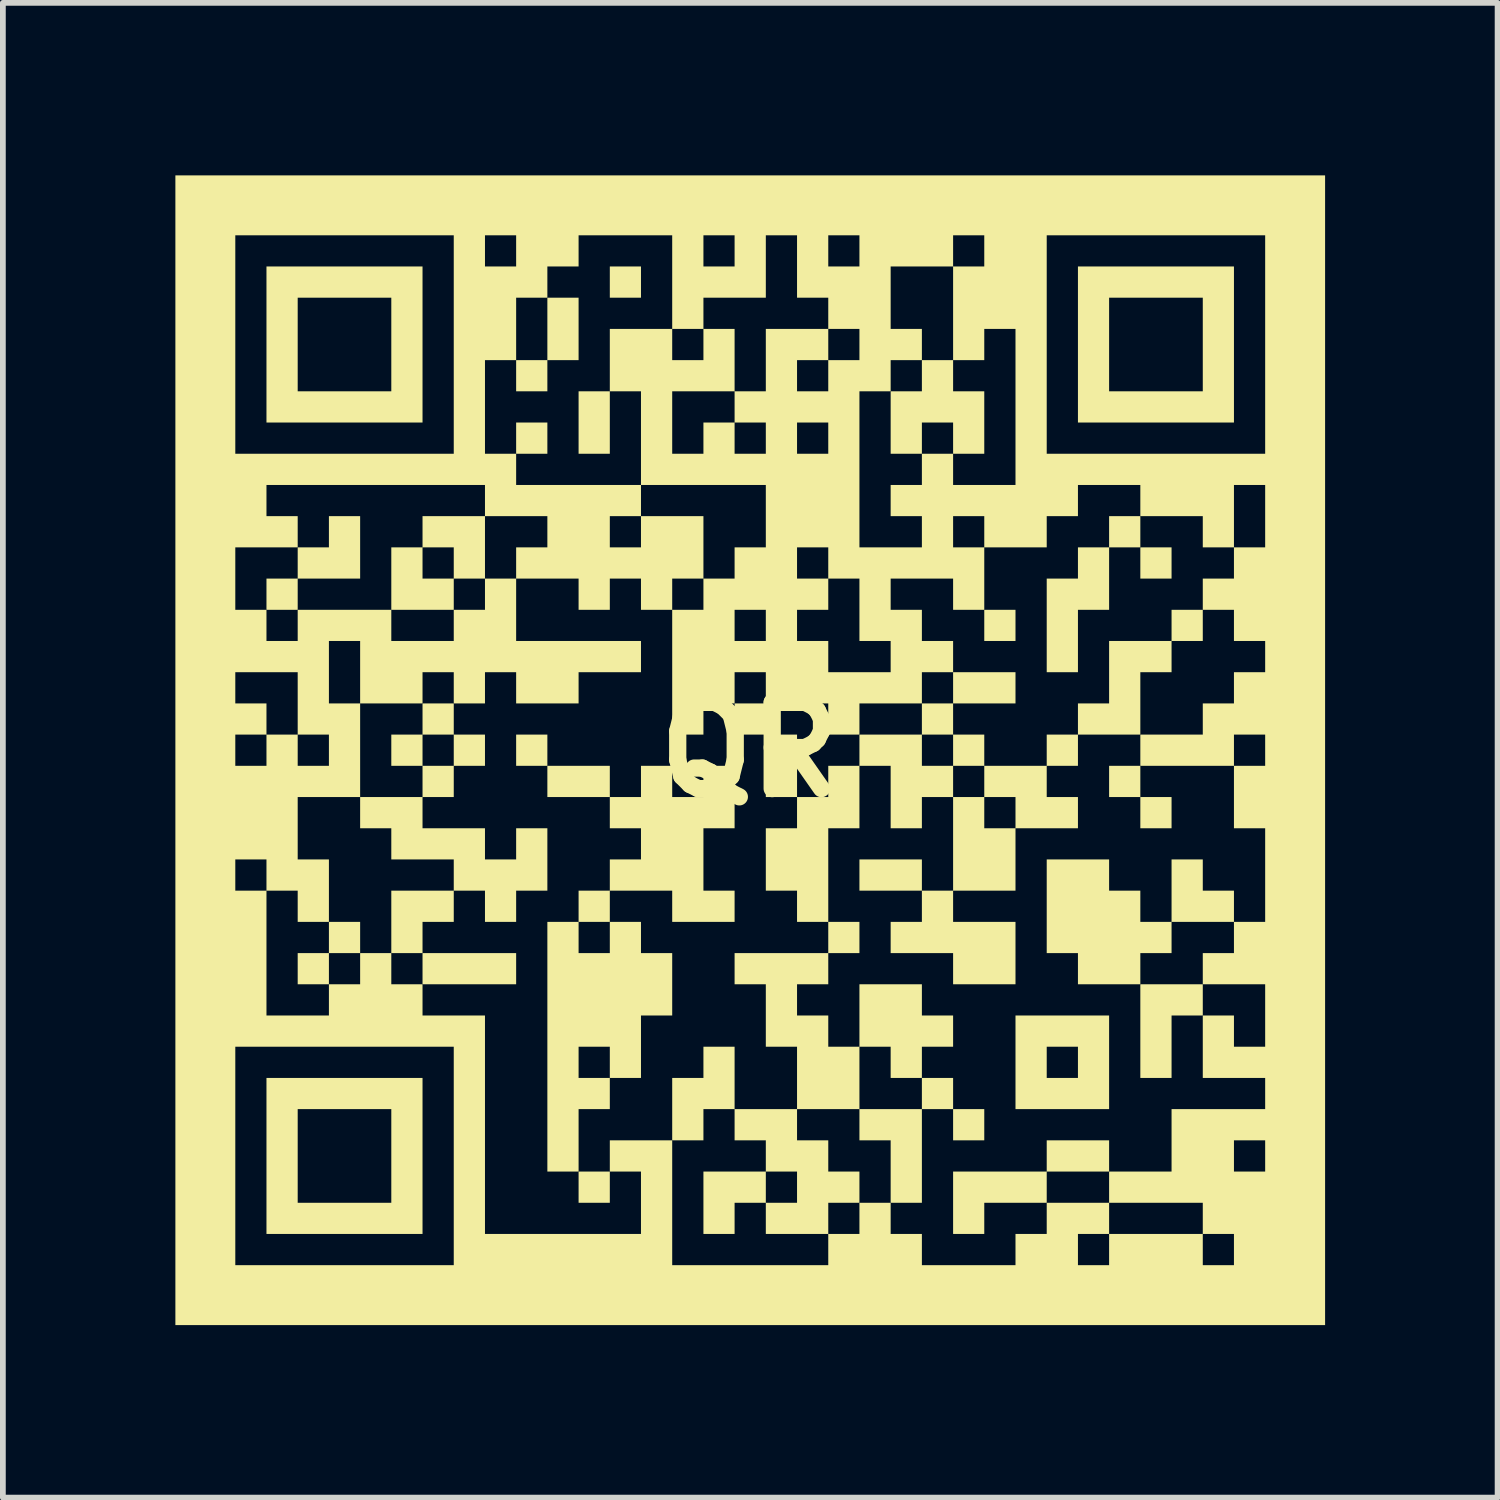
<source format=kicad_pcb>
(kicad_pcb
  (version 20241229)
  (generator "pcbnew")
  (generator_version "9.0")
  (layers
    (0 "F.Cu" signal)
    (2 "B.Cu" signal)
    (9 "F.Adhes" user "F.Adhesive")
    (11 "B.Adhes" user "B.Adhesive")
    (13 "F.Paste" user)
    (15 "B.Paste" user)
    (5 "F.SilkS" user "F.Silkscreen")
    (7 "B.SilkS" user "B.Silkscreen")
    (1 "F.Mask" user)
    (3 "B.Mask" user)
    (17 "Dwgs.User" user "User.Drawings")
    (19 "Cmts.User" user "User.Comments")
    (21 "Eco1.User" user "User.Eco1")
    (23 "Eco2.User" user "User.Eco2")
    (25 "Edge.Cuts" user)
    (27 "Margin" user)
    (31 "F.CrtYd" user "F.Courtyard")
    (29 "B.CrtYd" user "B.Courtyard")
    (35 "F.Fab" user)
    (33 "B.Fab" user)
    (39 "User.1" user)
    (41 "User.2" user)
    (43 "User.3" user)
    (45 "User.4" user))
  (footprint "QR"
    (layer "F.Cu")
    (at 9.986 9.986)
    (property "Reference" "QR" (at 0 0 0) (layer "F.SilkS") (effects (font (size 1.5 1.5) (thickness 0.3))))
    (attr board_only exclude_from_pos_files exclude_from_bom)
    (fp_poly (pts (xy -4.06 3.81) (xy -4.06 4.081) (xy -4.874 4.081) (xy -5.688 4.081) (xy -5.688 3.81) (xy -5.688 3.539) (xy -4.874 3.539) (xy -4.06 3.539)) (stroke (width 0) (type solid)) (fill yes) (layer "F.SilkS"))
    (fp_poly (pts (xy -3.517 -5.416) (xy -3.517 -5.145) (xy -3.788 -5.145) (xy -4.06 -5.145) (xy -4.06 -5.416) (xy -4.06 -5.688) (xy -3.788 -5.688) (xy -3.517 -5.688)) (stroke (width 0) (type solid)) (fill yes) (layer "F.SilkS"))
    (fp_poly (pts (xy -3.517 0.011) (xy -3.517 0.282) (xy -3.788 0.282) (xy -4.06 0.282) (xy -4.06 0.011) (xy -4.06 -0.261) (xy -3.788 -0.261) (xy -3.517 -0.261)) (stroke (width 0) (type solid)) (fill yes) (layer "F.SilkS"))
    (fp_poly (pts (xy -2.431 -5.688) (xy -2.431 -5.145) (xy -2.703 -5.145) (xy -2.974 -5.145) (xy -2.974 -5.688) (xy -2.974 -6.231) (xy -2.703 -6.231) (xy -2.431 -6.231)) (stroke (width 0) (type solid)) (fill yes) (layer "F.SilkS"))
    (fp_poly (pts (xy -2.431 7.609) (xy -2.431 7.881) (xy -2.703 7.881) (xy -2.974 7.881) (xy -2.974 7.609) (xy -2.974 7.338) (xy -2.703 7.338) (xy -2.431 7.338)) (stroke (width 0) (type solid)) (fill yes) (layer "F.SilkS"))
    (fp_poly (pts (xy -1.889 -8.13) (xy -1.889 -7.859) (xy -2.16 -7.859) (xy -2.431 -7.859) (xy -2.431 -8.13) (xy -2.431 -8.402) (xy -2.16 -8.402) (xy -1.889 -8.402)) (stroke (width 0) (type solid)) (fill yes) (layer "F.SilkS"))
    (fp_poly (pts (xy 0.282 -0.532) (xy 0.282 -0.261) (xy 0.011 -0.261) (xy -0.261 -0.261) (xy -0.261 -0.532) (xy -0.261 -0.803) (xy 0.011 -0.803) (xy 0.282 -0.803)) (stroke (width 0) (type solid)) (fill yes) (layer "F.SilkS"))
    (fp_poly (pts (xy 4.081 6.524) (xy 4.081 6.795) (xy 3.81 6.795) (xy 3.539 6.795) (xy 3.539 6.524) (xy 3.539 6.252) (xy 3.81 6.252) (xy 4.081 6.252)) (stroke (width 0) (type solid)) (fill yes) (layer "F.SilkS"))
    (fp_poly (pts (xy 4.624 -2.16) (xy 4.624 -1.889) (xy 4.353 -1.889) (xy 4.081 -1.889) (xy 4.081 -2.16) (xy 4.081 -2.431) (xy 4.353 -2.431) (xy 4.624 -2.431)) (stroke (width 0) (type solid)) (fill yes) (layer "F.SilkS"))
    (fp_poly (pts (xy 6.795 0.554) (xy 6.795 0.825) (xy 6.524 0.825) (xy 6.252 0.825) (xy 6.252 0.554) (xy 6.252 0.282) (xy 6.524 0.282) (xy 6.795 0.282)) (stroke (width 0) (type solid)) (fill yes) (layer "F.SilkS"))
    (fp_poly (pts (xy 7.338 -3.246) (xy 7.338 -2.974) (xy 7.066 -2.974) (xy 6.795 -2.974) (xy 6.795 -3.246) (xy 6.795 -3.517) (xy 7.066 -3.517) (xy 7.338 -3.517)) (stroke (width 0) (type solid)) (fill yes) (layer "F.SilkS"))
    (fp_poly (pts (xy 7.338 1.096) (xy 7.338 1.368) (xy 7.066 1.368) (xy 6.795 1.368) (xy 6.795 1.096) (xy 6.795 0.825) (xy 7.066 0.825) (xy 7.338 0.825)) (stroke (width 0) (type solid)) (fill yes) (layer "F.SilkS"))
    (fp_poly (pts (xy 7.881 4.353) (xy 7.881 4.624) (xy 7.609 4.624) (xy 7.338 4.624) (xy 7.338 5.167) (xy 7.338 5.71) (xy 7.066 5.71) (xy 6.795 5.71) (xy 6.795 4.895) (xy 6.795 4.081) (xy 7.338 4.081) (xy 7.881 4.081)) (stroke (width 0) (type solid)) (fill yes) (layer "F.SilkS"))
    (fp_poly (pts (xy -6.773 3.267) (xy -6.773 3.539) (xy -7.045 3.539) (xy -7.316 3.539) (xy -7.316 3.81) (xy -7.316 4.081) (xy -7.587 4.081) (xy -7.859 4.081) (xy -7.859 3.81) (xy -7.859 3.539) (xy -7.587 3.539) (xy -7.316 3.539) (xy -7.316 3.267) (xy -7.316 2.996) (xy -7.045 2.996) (xy -6.773 2.996)) (stroke (width 0) (type solid)) (fill yes) (layer "F.SilkS"))
    (fp_poly (pts (xy -2.974 -7.316) (xy -2.974 -6.773) (xy -3.246 -6.773) (xy -3.517 -6.773) (xy -3.517 -6.502) (xy -3.517 -6.231) (xy -3.788 -6.231) (xy -4.06 -6.231) (xy -4.06 -6.502) (xy -4.06 -6.773) (xy -3.788 -6.773) (xy -3.517 -6.773) (xy -3.517 -7.316) (xy -3.517 -7.859) (xy -3.246 -7.859) (xy -2.974 -7.859)) (stroke (width 0) (type solid)) (fill yes) (layer "F.SilkS"))
    (fp_poly (pts (xy -5.688 -7.045) (xy -5.688 -5.688) (xy -7.045 -5.688) (xy -8.402 -5.688) (xy -8.402 -7.045) (xy -8.402 -7.859) (xy -7.859 -7.859) (xy -7.859 -7.045) (xy -7.859 -6.231) (xy -7.045 -6.231) (xy -6.231 -6.231) (xy -6.231 -7.045) (xy -6.231 -7.859) (xy -7.045 -7.859) (xy -7.859 -7.859) (xy -8.402 -7.859) (xy -8.402 -8.402) (xy -7.045 -8.402) (xy -5.688 -8.402)) (stroke (width 0) (type solid)) (fill yes) (layer "F.SilkS"))
    (fp_poly (pts (xy -5.688 7.066) (xy -5.688 8.423) (xy -7.045 8.423) (xy -8.402 8.423) (xy -8.402 7.066) (xy -8.402 6.252) (xy -7.859 6.252) (xy -7.859 7.066) (xy -7.859 7.881) (xy -7.045 7.881) (xy -6.231 7.881) (xy -6.231 7.066) (xy -6.231 6.252) (xy -7.045 6.252) (xy -7.859 6.252) (xy -8.402 6.252) (xy -8.402 5.71) (xy -7.045 5.71) (xy -5.688 5.71)) (stroke (width 0) (type solid)) (fill yes) (layer "F.SilkS"))
    (fp_poly (pts (xy 6.252 5.438) (xy 6.252 6.252) (xy 5.438 6.252) (xy 4.624 6.252) (xy 4.624 5.438) (xy 4.624 5.167) (xy 5.167 5.167) (xy 5.167 5.438) (xy 5.167 5.71) (xy 5.438 5.71) (xy 5.71 5.71) (xy 5.71 5.438) (xy 5.71 5.167) (xy 5.438 5.167) (xy 5.167 5.167) (xy 4.624 5.167) (xy 4.624 4.624) (xy 5.438 4.624) (xy 6.252 4.624)) (stroke (width 0) (type solid)) (fill yes) (layer "F.SilkS"))
    (fp_poly (pts (xy 8.423 -7.045) (xy 8.423 -5.688) (xy 7.066 -5.688) (xy 5.71 -5.688) (xy 5.71 -7.045) (xy 5.71 -7.859) (xy 6.252 -7.859) (xy 6.252 -7.045) (xy 6.252 -6.231) (xy 7.066 -6.231) (xy 7.881 -6.231) (xy 7.881 -7.045) (xy 7.881 -7.859) (xy 7.066 -7.859) (xy 6.252 -7.859) (xy 5.71 -7.859) (xy 5.71 -8.402) (xy 7.066 -8.402) (xy 8.423 -8.402)) (stroke (width 0) (type solid)) (fill yes) (layer "F.SilkS"))
    (fp_poly (pts (xy -6.773 -3.517) (xy -6.773 -2.974) (xy -7.316 -2.974) (xy -7.859 -2.974) (xy -7.859 -2.703) (xy -7.859 -2.431) (xy -8.13 -2.431) (xy -8.402 -2.431) (xy -8.402 -2.703) (xy -8.402 -2.974) (xy -8.13 -2.974) (xy -7.859 -2.974) (xy -7.859 -3.246) (xy -7.859 -3.517) (xy -7.587 -3.517) (xy -7.316 -3.517) (xy -7.316 -3.788) (xy -7.316 -4.06) (xy -7.045 -4.06) (xy -6.773 -4.06)) (stroke (width 0) (type solid)) (fill yes) (layer "F.SilkS"))
    (fp_poly (pts (xy 6.252 7.066) (xy 6.252 7.338) (xy 5.71 7.338) (xy 5.167 7.338) (xy 5.167 7.609) (xy 5.167 7.881) (xy 4.624 7.881) (xy 4.081 7.881) (xy 4.081 8.152) (xy 4.081 8.423) (xy 3.81 8.423) (xy 3.539 8.423) (xy 3.539 7.881) (xy 3.539 7.338) (xy 4.353 7.338) (xy 5.167 7.338) (xy 5.167 7.066) (xy 5.167 6.795) (xy 5.71 6.795) (xy 6.252 6.795)) (stroke (width 0) (type solid)) (fill yes) (layer "F.SilkS"))
    (fp_poly (pts (xy -4.602 -3.517) (xy -4.602 -2.974) (xy -4.874 -2.974) (xy -5.145 -2.974) (xy -5.145 -2.703) (xy -5.145 -2.431) (xy -5.688 -2.431) (xy -6.231 -2.431) (xy -6.231 -2.974) (xy -6.231 -3.517) (xy -5.959 -3.517) (xy -5.688 -3.517) (xy -5.688 -3.246) (xy -5.688 -2.974) (xy -5.416 -2.974) (xy -5.145 -2.974) (xy -5.145 -3.246) (xy -5.145 -3.517) (xy -5.416 -3.517) (xy -5.688 -3.517) (xy -5.688 -3.788) (xy -5.688 -4.06) (xy -5.145 -4.06) (xy -4.602 -4.06)) (stroke (width 0) (type solid)) (fill yes) (layer "F.SilkS"))
    (fp_poly (pts (xy 3.539 -6.502) (xy 3.539 -6.231) (xy 3.81 -6.231) (xy 4.081 -6.231) (xy 4.081 -5.688) (xy 4.081 -5.145) (xy 3.81 -5.145) (xy 3.539 -5.145) (xy 3.539 -5.416) (xy 3.539 -5.688) (xy 3.267 -5.688) (xy 2.996 -5.688) (xy 2.996 -5.416) (xy 2.996 -5.145) (xy 2.725 -5.145) (xy 2.453 -5.145) (xy 2.453 -5.688) (xy 2.453 -6.231) (xy 2.725 -6.231) (xy 2.996 -6.231) (xy 2.996 -6.502) (xy 2.996 -6.773) (xy 3.267 -6.773) (xy 3.539 -6.773)) (stroke (width 0) (type solid)) (fill yes) (layer "F.SilkS"))
    (fp_poly (pts (xy 6.795 -3.788) (xy 6.795 -3.517) (xy 6.524 -3.517) (xy 6.252 -3.517) (xy 6.252 -2.974) (xy 6.252 -2.431) (xy 5.981 -2.431) (xy 5.71 -2.431) (xy 5.71 -1.889) (xy 5.71 -1.346) (xy 5.438 -1.346) (xy 5.167 -1.346) (xy 5.167 -2.16) (xy 5.167 -2.974) (xy 5.438 -2.974) (xy 5.71 -2.974) (xy 5.71 -3.246) (xy 5.71 -3.517) (xy 5.981 -3.517) (xy 6.252 -3.517) (xy 6.252 -3.788) (xy 6.252 -4.06) (xy 6.524 -4.06) (xy 6.795 -4.06)) (stroke (width 0) (type solid)) (fill yes) (layer "F.SilkS"))
    (fp_poly (pts (xy 6.252 2.182) (xy 6.252 2.453) (xy 6.524 2.453) (xy 6.795 2.453) (xy 6.795 2.725) (xy 6.795 2.996) (xy 7.066 2.996) (xy 7.338 2.996) (xy 7.338 2.453) (xy 7.338 1.91) (xy 7.609 1.91) (xy 7.881 1.91) (xy 7.881 2.182) (xy 7.881 2.453) (xy 8.152 2.453) (xy 8.423 2.453) (xy 8.423 2.725) (xy 8.423 2.996) (xy 7.881 2.996) (xy 7.338 2.996) (xy 7.338 3.267) (xy 7.338 3.539) (xy 7.066 3.539) (xy 6.795 3.539) (xy 6.795 3.81) (xy 6.795 4.081) (xy 6.252 4.081) (xy 5.71 4.081) (xy 5.71 3.81) (xy 5.71 3.539) (xy 5.438 3.539) (xy 5.167 3.539) (xy 5.167 2.725) (xy 5.167 1.91) (xy 5.71 1.91) (xy 6.252 1.91)) (stroke (width 0) (type solid)) (fill yes) (layer "F.SilkS"))
    (fp_poly (pts (xy -5.145 -0.532) (xy -5.145 -0.261) (xy -5.416 -0.261) (xy -5.688 -0.261) (xy -5.688 0.011) (xy -5.688 0.282) (xy -5.416 0.282) (xy -5.145 0.282) (xy -5.145 0.011) (xy -5.145 -0.261) (xy -4.874 -0.261) (xy -4.602 -0.261) (xy -4.602 0.011) (xy -4.602 0.282) (xy -4.874 0.282) (xy -5.145 0.282) (xy -5.145 0.554) (xy -5.145 0.825) (xy -5.416 0.825) (xy -5.688 0.825) (xy -5.688 1.096) (xy -5.688 1.368) (xy -5.145 1.368) (xy -4.602 1.368) (xy -4.602 1.639) (xy -4.602 1.91) (xy -4.331 1.91) (xy -4.06 1.91) (xy -4.06 1.639) (xy -4.06 1.368) (xy -3.788 1.368) (xy -3.517 1.368) (xy -3.517 1.91) (xy -3.517 2.453) (xy -3.788 2.453) (xy -4.06 2.453) (xy -4.06 2.725) (xy -4.06 2.996) (xy -4.331 2.996) (xy -4.602 2.996) (xy -4.602 2.725) (xy -4.602 2.453) (xy -4.874 2.453) (xy -5.145 2.453) (xy -5.145 2.725) (xy -5.145 2.996) (xy -5.416 2.996) (xy -5.688 2.996) (xy -5.688 3.267) (xy -5.688 3.539) (xy -5.959 3.539) (xy -6.231 3.539) (xy -6.231 2.996) (xy -6.231 2.453) (xy -5.688 2.453) (xy -5.145 2.453) (xy -5.145 2.182) (xy -5.145 1.91) (xy -5.688 1.91) (xy -6.231 1.91) (xy -6.231 1.639) (xy -6.231 1.368) (xy -6.502 1.368) (xy -6.773 1.368) (xy -6.773 1.096) (xy -6.773 0.825) (xy -6.231 0.825) (xy -5.688 0.825) (xy -5.688 0.554) (xy -5.688 0.282) (xy -5.959 0.282) (xy -6.231 0.282) (xy -6.231 0.011) (xy -6.231 -0.261) (xy -5.959 -0.261) (xy -5.688 -0.261) (xy -5.688 -0.532) (xy -5.688 -0.803) (xy -5.416 -0.803) (xy -5.145 -0.803)) (stroke (width 0) (type solid)) (fill yes) (layer "F.SilkS"))
    (fp_poly (pts (xy -2.431 0.554) (xy -2.431 0.825) (xy -2.16 0.825) (xy -1.889 0.825) (xy -1.889 0.554) (xy -1.889 0.282) (xy -1.617 0.282) (xy -1.346 0.282) (xy -1.346 0.554) (xy -1.346 0.825) (xy -1.075 0.825) (xy -0.803 0.825) (xy -0.803 0.554) (xy -0.803 0.282) (xy -0.532 0.282) (xy -0.261 0.282) (xy -0.261 0.825) (xy -0.261 1.368) (xy -0.532 1.368) (xy -0.803 1.368) (xy -0.803 1.91) (xy -0.803 2.453) (xy -0.532 2.453) (xy -0.261 2.453) (xy -0.261 2.725) (xy -0.261 2.996) (xy -0.803 2.996) (xy -1.346 2.996) (xy -1.346 2.725) (xy -1.346 2.453) (xy -1.889 2.453) (xy -2.431 2.453) (xy -2.431 2.725) (xy -2.431 2.996) (xy -2.703 2.996) (xy -2.974 2.996) (xy -2.974 3.267) (xy -2.974 3.539) (xy -2.703 3.539) (xy -2.431 3.539) (xy -2.431 3.267) (xy -2.431 2.996) (xy -2.16 2.996) (xy -1.889 2.996) (xy -1.889 3.267) (xy -1.889 3.539) (xy -1.617 3.539) (xy -1.346 3.539) (xy -1.346 4.081) (xy -1.346 4.624) (xy -1.617 4.624) (xy -1.889 4.624) (xy -1.889 5.167) (xy -1.889 5.71) (xy -2.16 5.71) (xy -2.431 5.71) (xy -2.431 5.981) (xy -2.431 6.252) (xy -2.703 6.252) (xy -2.974 6.252) (xy -2.974 6.795) (xy -2.974 7.338) (xy -3.246 7.338) (xy -3.517 7.338) (xy -3.517 5.167) (xy -2.974 5.167) (xy -2.974 5.438) (xy -2.974 5.71) (xy -2.703 5.71) (xy -2.431 5.71) (xy -2.431 5.438) (xy -2.431 5.167) (xy -2.703 5.167) (xy -2.974 5.167) (xy -3.517 5.167) (xy -3.517 2.996) (xy -3.246 2.996) (xy -2.974 2.996) (xy -2.974 2.725) (xy -2.974 2.453) (xy -2.703 2.453) (xy -2.431 2.453) (xy -2.431 2.182) (xy -2.431 1.91) (xy -2.16 1.91) (xy -1.889 1.91) (xy -1.889 1.639) (xy -1.889 1.368) (xy -2.16 1.368) (xy -2.431 1.368) (xy -2.431 1.096) (xy -2.431 0.825) (xy -2.974 0.825) (xy -3.517 0.825) (xy -3.517 0.554) (xy -3.517 0.282) (xy -2.974 0.282) (xy -2.431 0.282)) (stroke (width 0) (type solid)) (fill yes) (layer "F.SilkS"))
    (fp_poly (pts (xy 1.91 3.267) (xy 1.91 3.539) (xy 1.639 3.539) (xy 1.368 3.539) (xy 1.368 3.81) (xy 1.368 4.081) (xy 1.096 4.081) (xy 0.825 4.081) (xy 0.825 4.353) (xy 0.825 4.624) (xy 1.096 4.624) (xy 1.368 4.624) (xy 1.368 4.895) (xy 1.368 5.167) (xy 1.639 5.167) (xy 1.91 5.167) (xy 1.91 4.624) (xy 1.91 4.081) (xy 2.453 4.081) (xy 2.996 4.081) (xy 2.996 4.353) (xy 2.996 4.624) (xy 3.267 4.624) (xy 3.539 4.624) (xy 3.539 4.895) (xy 3.539 5.167) (xy 3.267 5.167) (xy 2.996 5.167) (xy 2.996 5.438) (xy 2.996 5.71) (xy 2.725 5.71) (xy 2.453 5.71) (xy 2.453 5.438) (xy 2.453 5.167) (xy 2.182 5.167) (xy 1.91 5.167) (xy 1.91 5.71) (xy 1.91 6.252) (xy 2.453 6.252) (xy 2.996 6.252) (xy 2.996 5.981) (xy 2.996 5.71) (xy 3.267 5.71) (xy 3.539 5.71) (xy 3.539 5.981) (xy 3.539 6.252) (xy 3.267 6.252) (xy 2.996 6.252) (xy 2.996 7.066) (xy 2.996 7.881) (xy 2.725 7.881) (xy 2.453 7.881) (xy 2.453 7.338) (xy 2.453 6.795) (xy 2.182 6.795) (xy 1.91 6.795) (xy 1.91 6.524) (xy 1.91 6.252) (xy 1.368 6.252) (xy 0.825 6.252) (xy 0.825 6.524) (xy 0.825 6.795) (xy 1.096 6.795) (xy 1.368 6.795) (xy 1.368 7.066) (xy 1.368 7.338) (xy 1.639 7.338) (xy 1.91 7.338) (xy 1.91 7.609) (xy 1.91 7.881) (xy 1.639 7.881) (xy 1.368 7.881) (xy 1.368 8.152) (xy 1.368 8.423) (xy 0.825 8.423) (xy 0.282 8.423) (xy 0.282 8.152) (xy 0.282 7.881) (xy 0.011 7.881) (xy -0.261 7.881) (xy -0.261 8.152) (xy -0.261 8.423) (xy -0.532 8.423) (xy -0.803 8.423) (xy -0.803 7.881) (xy -0.803 7.338) (xy -0.261 7.338) (xy 0.282 7.338) (xy 0.282 7.609) (xy 0.282 7.881) (xy 0.554 7.881) (xy 0.825 7.881) (xy 0.825 7.609) (xy 0.825 7.338) (xy 0.554 7.338) (xy 0.282 7.338) (xy 0.282 7.066) (xy 0.282 6.795) (xy 0.011 6.795) (xy -0.261 6.795) (xy -0.261 6.524) (xy -0.261 6.252) (xy -0.532 6.252) (xy -0.803 6.252) (xy -0.803 6.524) (xy -0.803 6.795) (xy -1.075 6.795) (xy -1.346 6.795) (xy -1.346 6.252) (xy -1.346 5.71) (xy -1.075 5.71) (xy -0.803 5.71) (xy -0.803 5.438) (xy -0.803 5.167) (xy -0.532 5.167) (xy -0.261 5.167) (xy -0.261 5.71) (xy -0.261 6.252) (xy 0.282 6.252) (xy 0.825 6.252) (xy 0.825 5.71) (xy 0.825 5.167) (xy 0.554 5.167) (xy 0.282 5.167) (xy 0.282 4.624) (xy 0.282 4.081) (xy 0.011 4.081) (xy -0.261 4.081) (xy -0.261 3.81) (xy -0.261 3.539) (xy 0.554 3.539) (xy 1.368 3.539) (xy 1.368 3.267) (xy 1.368 2.996) (xy 1.639 2.996) (xy 1.91 2.996)) (stroke (width 0) (type solid)) (fill yes) (layer "F.SilkS"))
    (fp_poly (pts (xy 7.881 -2.16) (xy 7.881 -1.889) (xy 7.609 -1.889) (xy 7.338 -1.889) (xy 7.338 -1.617) (xy 7.338 -1.346) (xy 7.066 -1.346) (xy 6.795 -1.346) (xy 6.795 -0.803) (xy 6.795 -0.261) (xy 6.252 -0.261) (xy 5.71 -0.261) (xy 5.71 0.011) (xy 5.71 0.282) (xy 5.438 0.282) (xy 5.167 0.282) (xy 5.167 0.554) (xy 5.167 0.825) (xy 5.438 0.825) (xy 5.71 0.825) (xy 5.71 1.096) (xy 5.71 1.368) (xy 5.167 1.368) (xy 4.624 1.368) (xy 4.624 1.91) (xy 4.624 2.453) (xy 4.081 2.453) (xy 3.539 2.453) (xy 3.539 2.725) (xy 3.539 2.996) (xy 4.081 2.996) (xy 4.624 2.996) (xy 4.624 3.539) (xy 4.624 4.081) (xy 4.081 4.081) (xy 3.539 4.081) (xy 3.539 3.81) (xy 3.539 3.539) (xy 2.996 3.539) (xy 2.453 3.539) (xy 2.453 3.267) (xy 2.453 2.996) (xy 2.725 2.996) (xy 2.996 2.996) (xy 2.996 2.725) (xy 2.996 2.453) (xy 2.453 2.453) (xy 1.91 2.453) (xy 1.91 2.182) (xy 1.91 1.91) (xy 2.453 1.91) (xy 2.996 1.91) (xy 2.996 2.182) (xy 2.996 2.453) (xy 3.267 2.453) (xy 3.539 2.453) (xy 3.539 1.639) (xy 3.539 0.825) (xy 3.267 0.825) (xy 2.996 0.825) (xy 2.996 1.096) (xy 2.996 1.368) (xy 2.725 1.368) (xy 2.453 1.368) (xy 2.453 0.825) (xy 2.453 0.282) (xy 2.182 0.282) (xy 1.91 0.282) (xy 1.91 0.825) (xy 1.91 1.368) (xy 1.639 1.368) (xy 1.368 1.368) (xy 1.368 2.182) (xy 1.368 2.996) (xy 1.096 2.996) (xy 0.825 2.996) (xy 0.825 2.725) (xy 0.825 2.453) (xy 0.554 2.453) (xy 0.282 2.453) (xy 0.282 1.91) (xy 0.282 1.368) (xy 0.554 1.368) (xy 0.825 1.368) (xy 0.825 1.096) (xy 0.825 0.825) (xy 0.554 0.825) (xy 0.282 0.825) (xy 0.282 0.282) (xy 0.282 -0.261) (xy 0.554 -0.261) (xy 0.825 -0.261) (xy 0.825 0.282) (xy 0.825 0.825) (xy 1.096 0.825) (xy 1.368 0.825) (xy 1.368 0.554) (xy 1.368 0.282) (xy 1.639 0.282) (xy 1.91 0.282) (xy 1.91 0.011) (xy 1.91 -0.261) (xy 2.453 -0.261) (xy 2.996 -0.261) (xy 2.996 -0.532) (xy 2.996 -0.803) (xy 3.267 -0.803) (xy 3.539 -0.803) (xy 3.539 -1.075) (xy 3.539 -1.346) (xy 4.081 -1.346) (xy 4.624 -1.346) (xy 4.624 -1.075) (xy 4.624 -0.803) (xy 4.081 -0.803) (xy 3.539 -0.803) (xy 3.539 -0.532) (xy 3.539 -0.261) (xy 3.267 -0.261) (xy 2.996 -0.261) (xy 2.996 0.011) (xy 2.996 0.282) (xy 3.267 0.282) (xy 3.539 0.282) (xy 3.539 0.554) (xy 3.539 0.825) (xy 3.81 0.825) (xy 4.081 0.825) (xy 4.081 1.096) (xy 4.081 1.368) (xy 4.353 1.368) (xy 4.624 1.368) (xy 4.624 1.096) (xy 4.624 0.825) (xy 4.353 0.825) (xy 4.081 0.825) (xy 4.081 0.554) (xy 4.081 0.282) (xy 3.81 0.282) (xy 3.539 0.282) (xy 3.539 0.011) (xy 3.539 -0.261) (xy 3.81 -0.261) (xy 4.081 -0.261) (xy 4.081 0.011) (xy 4.081 0.282) (xy 4.624 0.282) (xy 5.167 0.282) (xy 5.167 0.011) (xy 5.167 -0.261) (xy 5.438 -0.261) (xy 5.71 -0.261) (xy 5.71 -0.532) (xy 5.71 -0.803) (xy 5.981 -0.803) (xy 6.252 -0.803) (xy 6.252 -1.346) (xy 6.252 -1.889) (xy 6.795 -1.889) (xy 7.338 -1.889) (xy 7.338 -2.16) (xy 7.338 -2.431) (xy 7.609 -2.431) (xy 7.881 -2.431)) (stroke (width 0) (type solid)) (fill yes) (layer "F.SilkS"))
    (fp_poly (pts (xy 10.008 0.011) (xy 10.008 10.008) (xy 0.011 10.008) (xy -9.986 10.008) (xy -9.986 5.167) (xy -8.944 5.167) (xy -8.944 7.066) (xy -8.944 8.966) (xy -7.045 8.966) (xy -5.145 8.966) (xy -5.145 7.066) (xy -5.145 5.167) (xy -7.045 5.167) (xy -8.944 5.167) (xy -9.986 5.167) (xy -9.986 4.624) (xy -8.402 4.624) (xy -7.859 4.624) (xy -7.316 4.624) (xy -7.316 4.353) (xy -7.316 4.081) (xy -7.045 4.081) (xy -6.773 4.081) (xy -6.773 3.81) (xy -6.773 3.539) (xy -6.502 3.539) (xy -6.231 3.539) (xy -6.231 3.81) (xy -6.231 4.081) (xy -5.959 4.081) (xy -5.688 4.081) (xy -5.688 4.353) (xy -5.688 4.624) (xy -5.145 4.624) (xy -4.602 4.624) (xy -4.602 6.524) (xy -4.602 8.423) (xy -3.246 8.423) (xy -1.889 8.423) (xy -1.889 7.881) (xy -1.889 7.338) (xy -2.16 7.338) (xy -2.431 7.338) (xy -2.431 7.066) (xy -2.431 6.795) (xy -1.889 6.795) (xy -1.346 6.795) (xy -1.346 7.881) (xy -1.346 8.966) (xy 0.011 8.966) (xy 1.368 8.966) (xy 1.368 8.695) (xy 1.368 8.423) (xy 1.639 8.423) (xy 1.91 8.423) (xy 1.91 8.152) (xy 1.91 7.881) (xy 2.182 7.881) (xy 2.453 7.881) (xy 2.453 8.152) (xy 2.453 8.423) (xy 2.725 8.423) (xy 2.996 8.423) (xy 2.996 8.695) (xy 2.996 8.966) (xy 3.81 8.966) (xy 4.624 8.966) (xy 5.71 8.966) (xy 5.981 8.966) (xy 6.252 8.966) (xy 6.252 8.695) (xy 6.252 8.423) (xy 7.066 8.423) (xy 7.881 8.423) (xy 7.881 8.695) (xy 7.881 8.966) (xy 8.152 8.966) (xy 8.423 8.966) (xy 8.423 8.695) (xy 8.423 8.423) (xy 8.152 8.423) (xy 7.881 8.423) (xy 7.881 8.152) (xy 7.881 7.881) (xy 7.066 7.881) (xy 6.252 7.881) (xy 6.252 8.152) (xy 6.252 8.423) (xy 5.981 8.423) (xy 5.71 8.423) (xy 5.71 8.695) (xy 5.71 8.966) (xy 4.624 8.966) (xy 4.624 8.695) (xy 4.624 8.423) (xy 4.895 8.423) (xy 5.167 8.423) (xy 5.167 8.152) (xy 5.167 7.881) (xy 5.71 7.881) (xy 6.252 7.881) (xy 6.252 7.609) (xy 6.252 7.338) (xy 6.795 7.338) (xy 7.338 7.338) (xy 7.338 6.795) (xy 8.423 6.795) (xy 8.423 7.066) (xy 8.423 7.338) (xy 8.695 7.338) (xy 8.966 7.338) (xy 8.966 7.066) (xy 8.966 6.795) (xy 8.695 6.795) (xy 8.423 6.795) (xy 7.338 6.795) (xy 7.338 6.252) (xy 8.152 6.252) (xy 8.966 6.252) (xy 8.966 5.981) (xy 8.966 5.71) (xy 8.423 5.71) (xy 7.881 5.71) (xy 7.881 5.167) (xy 7.881 4.624) (xy 8.152 4.624) (xy 8.423 4.624) (xy 8.423 4.895) (xy 8.423 5.167) (xy 8.695 5.167) (xy 8.966 5.167) (xy 8.966 4.624) (xy 8.966 4.081) (xy 8.423 4.081) (xy 7.881 4.081) (xy 7.881 3.81) (xy 7.881 3.539) (xy 8.152 3.539) (xy 8.423 3.539) (xy 8.423 3.267) (xy 8.423 2.996) (xy 8.695 2.996) (xy 8.966 2.996) (xy 8.966 2.182) (xy 8.966 1.368) (xy 8.695 1.368) (xy 8.423 1.368) (xy 8.423 0.825) (xy 8.423 0.282) (xy 8.695 0.282) (xy 8.966 0.282) (xy 8.966 0.011) (xy 8.966 -0.261) (xy 8.695 -0.261) (xy 8.423 -0.261) (xy 8.423 0.011) (xy 8.423 0.282) (xy 7.609 0.282) (xy 6.795 0.282) (xy 6.795 0.011) (xy 6.795 -0.261) (xy 7.338 -0.261) (xy 7.881 -0.261) (xy 7.881 -0.532) (xy 7.881 -0.803) (xy 8.152 -0.803) (xy 8.423 -0.803) (xy 8.423 -1.075) (xy 8.423 -1.346) (xy 8.695 -1.346) (xy 8.966 -1.346) (xy 8.966 -1.617) (xy 8.966 -1.889) (xy 8.695 -1.889) (xy 8.423 -1.889) (xy 8.423 -2.16) (xy 8.423 -2.431) (xy 8.152 -2.431) (xy 7.881 -2.431) (xy 7.881 -2.703) (xy 7.881 -2.974) (xy 8.152 -2.974) (xy 8.423 -2.974) (xy 8.423 -3.246) (xy 8.423 -3.517) (xy 8.695 -3.517) (xy 8.966 -3.517) (xy 8.966 -4.06) (xy 8.966 -4.602) (xy 8.695 -4.602) (xy 8.423 -4.602) (xy 8.423 -4.06) (xy 8.423 -3.517) (xy 8.152 -3.517) (xy 7.881 -3.517) (xy 7.881 -3.788) (xy 7.881 -4.06) (xy 7.338 -4.06) (xy 6.795 -4.06) (xy 6.795 -4.331) (xy 6.795 -4.602) (xy 6.252 -4.602) (xy 5.71 -4.602) (xy 5.71 -4.331) (xy 5.71 -4.06) (xy 5.438 -4.06) (xy 5.167 -4.06) (xy 5.167 -3.788) (xy 5.167 -3.517) (xy 4.624 -3.517) (xy 4.081 -3.517) (xy 4.081 -3.788) (xy 4.081 -4.06) (xy 3.81 -4.06) (xy 3.539 -4.06) (xy 3.539 -3.788) (xy 3.539 -3.517) (xy 3.81 -3.517) (xy 4.081 -3.517) (xy 4.081 -2.974) (xy 4.081 -2.431) (xy 3.81 -2.431) (xy 3.539 -2.431) (xy 3.539 -2.703) (xy 3.539 -2.974) (xy 2.996 -2.974) (xy 2.453 -2.974) (xy 2.453 -2.703) (xy 2.453 -2.431) (xy 2.725 -2.431) (xy 2.996 -2.431) (xy 2.996 -2.16) (xy 2.996 -1.889) (xy 3.267 -1.889) (xy 3.539 -1.889) (xy 3.539 -1.617) (xy 3.539 -1.346) (xy 3.267 -1.346) (xy 2.996 -1.346) (xy 2.996 -1.075) (xy 2.996 -0.803) (xy 2.453 -0.803) (xy 1.91 -0.803) (xy 1.91 -0.532) (xy 1.91 -0.261) (xy 1.639 -0.261) (xy 1.368 -0.261) (xy 1.368 -0.532) (xy 1.368 -0.803) (xy 0.825 -0.803) (xy 0.282 -0.803) (xy 0.282 -1.075) (xy 0.282 -1.346) (xy 0.011 -1.346) (xy -0.261 -1.346) (xy -0.261 -1.075) (xy -0.261 -0.803) (xy -0.532 -0.803) (xy -0.803 -0.803) (xy -0.803 -0.532) (xy -0.803 -0.261) (xy -1.075 -0.261) (xy -1.346 -0.261) (xy -1.346 -1.346) (xy -1.346 -2.431) (xy -1.075 -2.431) (xy -0.803 -2.431) (xy -0.261 -2.431) (xy -0.261 -2.16) (xy -0.261 -1.889) (xy 0.011 -1.889) (xy 0.282 -1.889) (xy 0.825 -1.889) (xy 1.096 -1.889) (xy 1.368 -1.889) (xy 1.368 -1.617) (xy 1.368 -1.346) (xy 1.91 -1.346) (xy 2.453 -1.346) (xy 2.453 -1.617) (xy 2.453 -1.889) (xy 2.182 -1.889) (xy 1.91 -1.889) (xy 1.91 -2.431) (xy 1.91 -2.974) (xy 1.639 -2.974) (xy 1.368 -2.974) (xy 1.368 -2.703) (xy 1.368 -2.431) (xy 1.096 -2.431) (xy 0.825 -2.431) (xy 0.825 -2.16) (xy 0.825 -1.889) (xy 0.282 -1.889) (xy 0.282 -2.16) (xy 0.282 -2.431) (xy 0.011 -2.431) (xy -0.261 -2.431) (xy -0.803 -2.431) (xy -0.803 -2.703) (xy -0.803 -2.974) (xy -0.532 -2.974) (xy -0.261 -2.974) (xy -0.261 -3.246) (xy -0.261 -3.517) (xy 0.011 -3.517) (xy 0.282 -3.517) (xy 0.825 -3.517) (xy 0.825 -3.246) (xy 0.825 -2.974) (xy 1.096 -2.974) (xy 1.368 -2.974) (xy 1.368 -3.246) (xy 1.368 -3.517) (xy 1.91 -3.517) (xy 2.453 -3.517) (xy 2.996 -3.517) (xy 2.996 -3.788) (xy 2.996 -4.06) (xy 2.725 -4.06) (xy 2.453 -4.06) (xy 2.453 -4.331) (xy 2.453 -4.602) (xy 2.725 -4.602) (xy 2.996 -4.602) (xy 2.996 -4.874) (xy 2.996 -5.145) (xy 3.267 -5.145) (xy 3.539 -5.145) (xy 3.539 -4.874) (xy 3.539 -4.602) (xy 4.081 -4.602) (xy 4.624 -4.602) (xy 4.624 -5.959) (xy 4.624 -7.316) (xy 4.353 -7.316) (xy 4.081 -7.316) (xy 4.081 -7.045) (xy 4.081 -6.773) (xy 3.81 -6.773) (xy 3.539 -6.773) (xy 3.539 -7.587) (xy 3.539 -8.402) (xy 3.81 -8.402) (xy 4.081 -8.402) (xy 4.081 -8.673) (xy 4.081 -8.944) (xy 5.167 -8.944) (xy 5.167 -7.045) (xy 5.167 -5.145) (xy 7.066 -5.145) (xy 8.966 -5.145) (xy 8.966 -7.045) (xy 8.966 -8.944) (xy 7.066 -8.944) (xy 5.167 -8.944) (xy 4.081 -8.944) (xy 3.81 -8.944) (xy 3.539 -8.944) (xy 3.539 -8.673) (xy 3.539 -8.402) (xy 2.996 -8.402) (xy 2.453 -8.402) (xy 2.453 -7.859) (xy 2.453 -7.316) (xy 2.725 -7.316) (xy 2.996 -7.316) (xy 2.996 -7.045) (xy 2.996 -6.773) (xy 2.725 -6.773) (xy 2.453 -6.773) (xy 2.453 -6.502) (xy 2.453 -6.231) (xy 2.182 -6.231) (xy 1.91 -6.231) (xy 1.91 -4.874) (xy 1.91 -3.517) (xy 1.368 -3.517) (xy 1.096 -3.517) (xy 0.825 -3.517) (xy 0.282 -3.517) (xy 0.282 -4.06) (xy 0.282 -4.602) (xy -0.803 -4.602) (xy -1.889 -4.602) (xy -1.889 -4.331) (xy -1.889 -4.06) (xy -2.16 -4.06) (xy -2.431 -4.06) (xy -2.431 -3.788) (xy -2.431 -3.517) (xy -2.16 -3.517) (xy -1.889 -3.517) (xy -1.889 -3.788) (xy -1.889 -4.06) (xy -1.346 -4.06) (xy -0.803 -4.06) (xy -0.803 -3.517) (xy -0.803 -2.974) (xy -1.075 -2.974) (xy -1.346 -2.974) (xy -1.346 -2.703) (xy -1.346 -2.431) (xy -1.617 -2.431) (xy -1.889 -2.431) (xy -1.889 -2.703) (xy -1.889 -2.974) (xy -2.16 -2.974) (xy -2.431 -2.974) (xy -2.431 -2.703) (xy -2.431 -2.431) (xy -2.703 -2.431) (xy -2.974 -2.431) (xy -2.974 -2.703) (xy -2.974 -2.974) (xy -3.517 -2.974) (xy -4.06 -2.974) (xy -4.06 -2.431) (xy -4.06 -1.889) (xy -2.974 -1.889) (xy -1.889 -1.889) (xy -1.889 -1.617) (xy -1.889 -1.346) (xy -2.431 -1.346) (xy -2.974 -1.346) (xy -2.974 -1.075) (xy -2.974 -0.803) (xy -3.517 -0.803) (xy -4.06 -0.803) (xy -4.06 -1.075) (xy -4.06 -1.346) (xy -4.331 -1.346) (xy -4.602 -1.346) (xy -4.602 -1.075) (xy -4.602 -0.803) (xy -4.874 -0.803) (xy -5.145 -0.803) (xy -5.145 -1.075) (xy -5.145 -1.346) (xy -5.416 -1.346) (xy -5.688 -1.346) (xy -5.688 -1.075) (xy -5.688 -0.803) (xy -6.231 -0.803) (xy -6.773 -0.803) (xy -6.773 -1.346) (xy -6.773 -1.889) (xy -7.045 -1.889) (xy -7.316 -1.889) (xy -7.316 -1.346) (xy -7.316 -0.803) (xy -7.045 -0.803) (xy -6.773 -0.803) (xy -6.773 0.011) (xy -6.773 0.825) (xy -7.316 0.825) (xy -7.859 0.825) (xy -7.859 1.368) (xy -7.859 1.91) (xy -7.587 1.91) (xy -7.316 1.91) (xy -7.316 2.453) (xy -7.316 2.996) (xy -7.587 2.996) (xy -7.859 2.996) (xy -7.859 2.725) (xy -7.859 2.453) (xy -8.13 2.453) (xy -8.402 2.453) (xy -8.402 3.539) (xy -8.402 4.624) (xy -9.986 4.624) (xy -9.986 1.91) (xy -8.944 1.91) (xy -8.944 2.182) (xy -8.944 2.453) (xy -8.673 2.453) (xy -8.402 2.453) (xy -8.402 2.182) (xy -8.402 1.91) (xy -8.673 1.91) (xy -8.944 1.91) (xy -9.986 1.91) (xy -9.986 0.011) (xy -9.986 -1.346) (xy -8.944 -1.346) (xy -8.944 -1.075) (xy -8.944 -0.803) (xy -8.673 -0.803) (xy -8.402 -0.803) (xy -8.402 -0.532) (xy -8.402 -0.261) (xy -8.673 -0.261) (xy -8.944 -0.261) (xy -8.944 0.011) (xy -8.944 0.282) (xy -8.673 0.282) (xy -8.402 0.282) (xy -8.402 0.011) (xy -8.402 -0.261) (xy -8.13 -0.261) (xy -7.859 -0.261) (xy -7.859 0.011) (xy -7.859 0.282) (xy -7.587 0.282) (xy -7.316 0.282) (xy -7.316 0.011) (xy -7.316 -0.261) (xy -7.587 -0.261) (xy -7.859 -0.261) (xy -7.859 -0.803) (xy -7.859 -1.346) (xy -8.402 -1.346) (xy -8.944 -1.346) (xy -9.986 -1.346) (xy -9.986 -2.431) (xy -8.944 -2.431) (xy -8.673 -2.431) (xy -8.402 -2.431) (xy -8.402 -2.16) (xy -8.402 -1.889) (xy -8.13 -1.889) (xy -7.859 -1.889) (xy -7.859 -2.16) (xy -7.859 -2.431) (xy -7.045 -2.431) (xy -6.231 -2.431) (xy -6.231 -2.16) (xy -6.231 -1.889) (xy -5.688 -1.889) (xy -5.145 -1.889) (xy -5.145 -2.16) (xy -5.145 -2.431) (xy -4.874 -2.431) (xy -4.602 -2.431) (xy -4.602 -2.703) (xy -4.602 -2.974) (xy -4.331 -2.974) (xy -4.06 -2.974) (xy -4.06 -3.246) (xy -4.06 -3.517) (xy -3.788 -3.517) (xy -3.517 -3.517) (xy -3.517 -3.788) (xy -3.517 -4.06) (xy -4.06 -4.06) (xy -4.602 -4.06) (xy -4.602 -4.331) (xy -4.602 -4.602) (xy -6.502 -4.602) (xy -8.402 -4.602) (xy -8.402 -4.331) (xy -8.402 -4.06) (xy -8.13 -4.06) (xy -7.859 -4.06) (xy -7.859 -3.788) (xy -7.859 -3.517) (xy -8.402 -3.517) (xy -8.944 -3.517) (xy -8.944 -2.974) (xy -8.944 -2.431) (xy -9.986 -2.431) (xy -9.986 -8.944) (xy -8.944 -8.944) (xy -8.944 -7.045) (xy -8.944 -5.145) (xy -7.045 -5.145) (xy -5.145 -5.145) (xy -4.602 -5.145) (xy -4.331 -5.145) (xy -4.06 -5.145) (xy -4.06 -4.874) (xy -4.06 -4.602) (xy -2.974 -4.602) (xy -1.889 -4.602) (xy -1.889 -5.416) (xy -1.889 -6.231) (xy -2.16 -6.231) (xy -2.431 -6.231) (xy -2.431 -6.773) (xy -2.431 -7.316) (xy -1.889 -7.316) (xy -1.346 -7.316) (xy -1.346 -7.045) (xy -1.346 -6.773) (xy -1.075 -6.773) (xy -0.803 -6.773) (xy -0.803 -7.045) (xy -0.803 -7.316) (xy -0.532 -7.316) (xy -0.261 -7.316) (xy -0.261 -6.773) (xy -0.261 -6.231) (xy -0.803 -6.231) (xy -1.346 -6.231) (xy -1.346 -5.688) (xy -1.346 -5.145) (xy -1.075 -5.145) (xy -0.803 -5.145) (xy -0.803 -5.416) (xy -0.803 -5.688) (xy -0.532 -5.688) (xy -0.261 -5.688) (xy -0.261 -5.416) (xy -0.261 -5.145) (xy 0.011 -5.145) (xy 0.282 -5.145) (xy 0.282 -5.416) (xy 0.282 -5.688) (xy 0.825 -5.688) (xy 0.825 -5.416) (xy 0.825 -5.145) (xy 1.096 -5.145) (xy 1.368 -5.145) (xy 1.368 -5.416) (xy 1.368 -5.688) (xy 1.096 -5.688) (xy 0.825 -5.688) (xy 0.282 -5.688) (xy 0.011 -5.688) (xy -0.261 -5.688) (xy -0.261 -5.959) (xy -0.261 -6.231) (xy 0.011 -6.231) (xy 0.282 -6.231) (xy 0.825 -6.231) (xy 1.096 -6.231) (xy 1.368 -6.231) (xy 1.368 -6.502) (xy 1.368 -6.773) (xy 1.639 -6.773) (xy 1.91 -6.773) (xy 1.91 -7.045) (xy 1.91 -7.316) (xy 1.639 -7.316) (xy 1.368 -7.316) (xy 1.368 -7.045) (xy 1.368 -6.773) (xy 1.096 -6.773) (xy 0.825 -6.773) (xy 0.825 -6.502) (xy 0.825 -6.231) (xy 0.282 -6.231) (xy 0.282 -6.773) (xy 0.282 -7.316) (xy 0.825 -7.316) (xy 1.368 -7.316) (xy 1.368 -7.587) (xy 1.368 -7.859) (xy 1.096 -7.859) (xy 0.825 -7.859) (xy 0.825 -8.402) (xy 0.825 -8.944) (xy 1.368 -8.944) (xy 1.368 -8.673) (xy 1.368 -8.402) (xy 1.639 -8.402) (xy 1.91 -8.402) (xy 1.91 -8.673) (xy 1.91 -8.944) (xy 1.639 -8.944) (xy 1.368 -8.944) (xy 0.825 -8.944) (xy 0.554 -8.944) (xy 0.282 -8.944) (xy 0.282 -8.402) (xy 0.282 -7.859) (xy -0.261 -7.859) (xy -0.803 -7.859) (xy -0.803 -7.587) (xy -0.803 -7.316) (xy -1.075 -7.316) (xy -1.346 -7.316) (xy -1.346 -8.13) (xy -1.346 -8.944) (xy -0.803 -8.944) (xy -0.803 -8.673) (xy -0.803 -8.402) (xy -0.532 -8.402) (xy -0.261 -8.402) (xy -0.261 -8.673) (xy -0.261 -8.944) (xy -0.532 -8.944) (xy -0.803 -8.944) (xy -1.346 -8.944) (xy -2.16 -8.944) (xy -2.974 -8.944) (xy -2.974 -8.673) (xy -2.974 -8.402) (xy -3.246 -8.402) (xy -3.517 -8.402) (xy -3.517 -8.13) (xy -3.517 -7.859) (xy -3.788 -7.859) (xy -4.06 -7.859) (xy -4.06 -7.316) (xy -4.06 -6.773) (xy -4.331 -6.773) (xy -4.602 -6.773) (xy -4.602 -5.959) (xy -4.602 -5.145) (xy -5.145 -5.145) (xy -5.145 -7.045) (xy -5.145 -8.944) (xy -4.602 -8.944) (xy -4.602 -8.673) (xy -4.602 -8.402) (xy -4.331 -8.402) (xy -4.06 -8.402) (xy -4.06 -8.673) (xy -4.06 -8.944) (xy -4.331 -8.944) (xy -4.602 -8.944) (xy -5.145 -8.944) (xy -7.045 -8.944) (xy -8.944 -8.944) (xy -9.986 -8.944) (xy -9.986 -9.986) (xy 0.011 -9.986) (xy 10.008 -9.986)) (stroke (width 0) (type solid)) (fill yes) (layer "F.SilkS")))
  (gr_rect
    (start -3 -3)
    (end 22.994 22.994)
    (stroke (width 0.1) (type default))
    (fill no)
    (layer "Edge.Cuts")))
</source>
